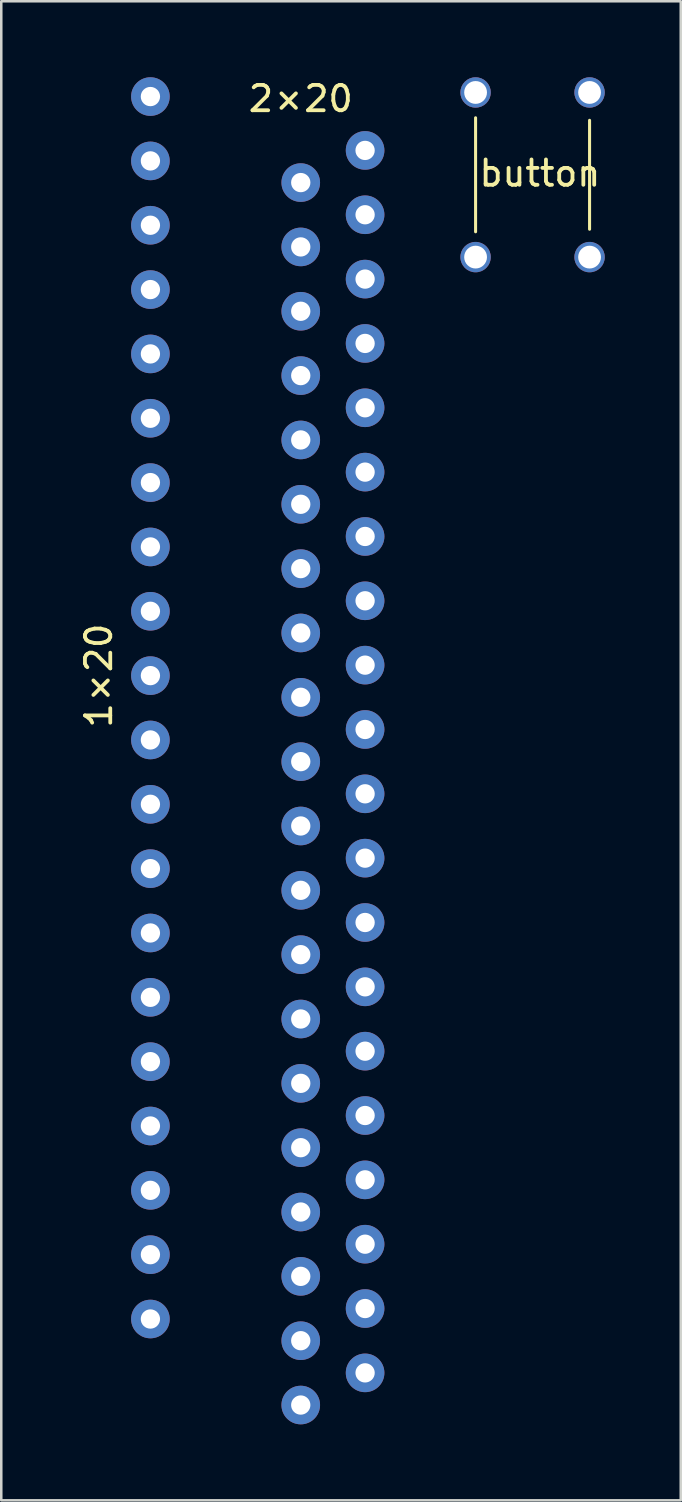
<source format=kicad_pcb>
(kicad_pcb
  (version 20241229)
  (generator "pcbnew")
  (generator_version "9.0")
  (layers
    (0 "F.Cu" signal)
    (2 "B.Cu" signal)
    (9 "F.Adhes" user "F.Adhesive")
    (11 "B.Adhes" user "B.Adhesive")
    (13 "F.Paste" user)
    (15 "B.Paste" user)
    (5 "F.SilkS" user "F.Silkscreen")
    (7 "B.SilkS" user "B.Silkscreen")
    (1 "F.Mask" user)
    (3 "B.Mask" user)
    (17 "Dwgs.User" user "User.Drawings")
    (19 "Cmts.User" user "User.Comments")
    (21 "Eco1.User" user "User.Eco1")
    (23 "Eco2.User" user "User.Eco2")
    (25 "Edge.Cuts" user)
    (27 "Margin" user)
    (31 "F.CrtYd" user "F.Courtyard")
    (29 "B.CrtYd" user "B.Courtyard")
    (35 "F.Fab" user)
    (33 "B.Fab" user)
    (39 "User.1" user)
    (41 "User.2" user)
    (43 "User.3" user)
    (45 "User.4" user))
  (footprint "button"
    (layer "F.Cu")
    (at 18.265 3.29)
    (property "Reference" "button" (at 0 0.5 0) (layer "F.SilkS") (effects (font (size 1 1) (thickness 0.15))))
    (attr through_hole)
    (fp_line (start -2.54 -1.69) (end -2.54 2.81) (stroke (width 0.12) (type solid)) (layer "F.SilkS"))
    (fp_line (start 1.96 -1.59) (end 1.96 2.71) (stroke (width 0.12) (type solid)) (layer "F.SilkS"))
    (pad "1" thru_hole circle (at -2.54 -2.69) (size 1.2 1.2) (drill 0.9) (layers "*.Cu" "*.Mask"))
    (pad "1" thru_hole circle (at -2.54 3.81) (size 1.2 1.2) (drill 0.9) (layers "*.Cu" "*.Mask"))
    (pad "2" thru_hole circle (at 1.96 -2.69) (size 1.2 1.2) (drill 0.9) (layers "*.Cu" "*.Mask"))
    (pad "2" thru_hole circle (at 1.96 3.81) (size 1.2 1.2) (drill 0.9) (layers "*.Cu" "*.Mask")))
  (footprint "1×20"
    (layer "F.Cu")
    (at 0.348 3.302)
    (property "Reference" "1×20" (at 0.5 20.32 90) (layer "F.SilkS") (effects (font (size 1 1) (thickness 0.15))))
    (attr through_hole)
    (pad "1" thru_hole circle (at 2.54 -2.54) (size 1.524 1.524) (drill 0.762) (layers "*.Cu" "*.Mask"))
    (pad "2" thru_hole circle (at 2.54 0) (size 1.524 1.524) (drill 0.762) (layers "*.Cu" "*.Mask"))
    (pad "3" thru_hole circle (at 2.54 2.54) (size 1.524 1.524) (drill 0.762) (layers "*.Cu" "*.Mask"))
    (pad "4" thru_hole circle (at 2.54 5.08) (size 1.524 1.524) (drill 0.762) (layers "*.Cu" "*.Mask"))
    (pad "5" thru_hole circle (at 2.54 7.62) (size 1.524 1.524) (drill 0.762) (layers "*.Cu" "*.Mask"))
    (pad "6" thru_hole circle (at 2.54 10.16) (size 1.524 1.524) (drill 0.762) (layers "*.Cu" "*.Mask"))
    (pad "7" thru_hole circle (at 2.54 12.7) (size 1.524 1.524) (drill 0.762) (layers "*.Cu" "*.Mask"))
    (pad "8" thru_hole circle (at 2.54 15.24) (size 1.524 1.524) (drill 0.762) (layers "*.Cu" "*.Mask"))
    (pad "9" thru_hole circle (at 2.54 17.78) (size 1.524 1.524) (drill 0.762) (layers "*.Cu" "*.Mask"))
    (pad "10" thru_hole circle (at 2.54 20.32) (size 1.524 1.524) (drill 0.762) (layers "*.Cu" "*.Mask"))
    (pad "11" thru_hole circle (at 2.54 22.86) (size 1.524 1.524) (drill 0.762) (layers "*.Cu" "*.Mask"))
    (pad "12" thru_hole circle (at 2.54 25.4) (size 1.524 1.524) (drill 0.762) (layers "*.Cu" "*.Mask"))
    (pad "13" thru_hole circle (at 2.54 27.94) (size 1.524 1.524) (drill 0.762) (layers "*.Cu" "*.Mask"))
    (pad "14" thru_hole circle (at 2.54 30.48) (size 1.524 1.524) (drill 0.762) (layers "*.Cu" "*.Mask"))
    (pad "15" thru_hole circle (at 2.54 33.02) (size 1.524 1.524) (drill 0.762) (layers "*.Cu" "*.Mask"))
    (pad "16" thru_hole circle (at 2.54 35.56) (size 1.524 1.524) (drill 0.762) (layers "*.Cu" "*.Mask"))
    (pad "17" thru_hole circle (at 2.54 38.1) (size 1.524 1.524) (drill 0.762) (layers "*.Cu" "*.Mask"))
    (pad "18" thru_hole circle (at 2.54 40.64) (size 1.524 1.524) (drill 0.762) (layers "*.Cu" "*.Mask"))
    (pad "19" thru_hole circle (at 2.54 43.18) (size 1.524 1.524) (drill 0.762) (layers "*.Cu" "*.Mask"))
    (pad "20" thru_hole circle (at 2.54 45.72) (size 1.524 1.524) (drill 0.762) (layers "*.Cu" "*.Mask")))
  (footprint "2×20"
    (layer "F.Cu")
    (at 8.823 0.348)
    (property "Reference" "2×20" (at 0 0.5 0) (layer "F.SilkS") (effects (font (size 1 1) (thickness 0.15))))
    (attr through_hole)
    (pad "1" thru_hole circle (at 2.54 2.54) (size 1.524 1.524) (drill 0.762) (layers "*.Cu" "*.Mask"))
    (pad "2" thru_hole circle (at 0 3.81) (size 1.524 1.524) (drill 0.762) (layers "*.Cu" "*.Mask"))
    (pad "3" thru_hole circle (at 2.54 5.08) (size 1.524 1.524) (drill 0.762) (layers "*.Cu" "*.Mask"))
    (pad "4" thru_hole circle (at 0 6.35) (size 1.524 1.524) (drill 0.762) (layers "*.Cu" "*.Mask"))
    (pad "5" thru_hole circle (at 2.54 7.62) (size 1.524 1.524) (drill 0.762) (layers "*.Cu" "*.Mask"))
    (pad "6" thru_hole circle (at 0 8.89) (size 1.524 1.524) (drill 0.762) (layers "*.Cu" "*.Mask"))
    (pad "7" thru_hole circle (at 2.54 10.16) (size 1.524 1.524) (drill 0.762) (layers "*.Cu" "*.Mask"))
    (pad "8" thru_hole circle (at 0 11.43) (size 1.524 1.524) (drill 0.762) (layers "*.Cu" "*.Mask"))
    (pad "9" thru_hole circle (at 2.54 12.7) (size 1.524 1.524) (drill 0.762) (layers "*.Cu" "*.Mask"))
    (pad "10" thru_hole circle (at 0 13.97) (size 1.524 1.524) (drill 0.762) (layers "*.Cu" "*.Mask"))
    (pad "11" thru_hole circle (at 2.54 15.24) (size 1.524 1.524) (drill 0.762) (layers "*.Cu" "*.Mask"))
    (pad "12" thru_hole circle (at 0 16.51) (size 1.524 1.524) (drill 0.762) (layers "*.Cu" "*.Mask"))
    (pad "13" thru_hole circle (at 2.54 17.78) (size 1.524 1.524) (drill 0.762) (layers "*.Cu" "*.Mask"))
    (pad "14" thru_hole circle (at 0 19.05) (size 1.524 1.524) (drill 0.762) (layers "*.Cu" "*.Mask"))
    (pad "15" thru_hole circle (at 2.54 20.32) (size 1.524 1.524) (drill 0.762) (layers "*.Cu" "*.Mask"))
    (pad "16" thru_hole circle (at 0 21.59) (size 1.524 1.524) (drill 0.762) (layers "*.Cu" "*.Mask"))
    (pad "17" thru_hole circle (at 2.54 22.86) (size 1.524 1.524) (drill 0.762) (layers "*.Cu" "*.Mask"))
    (pad "18" thru_hole circle (at 0 24.13) (size 1.524 1.524) (drill 0.762) (layers "*.Cu" "*.Mask"))
    (pad "19" thru_hole circle (at 2.54 25.4) (size 1.524 1.524) (drill 0.762) (layers "*.Cu" "*.Mask"))
    (pad "20" thru_hole circle (at 0 26.67) (size 1.524 1.524) (drill 0.762) (layers "*.Cu" "*.Mask"))
    (pad "21" thru_hole circle (at 2.54 27.94) (size 1.524 1.524) (drill 0.762) (layers "*.Cu" "*.Mask"))
    (pad "22" thru_hole circle (at 0 29.21) (size 1.524 1.524) (drill 0.762) (layers "*.Cu" "*.Mask"))
    (pad "23" thru_hole circle (at 2.54 30.48) (size 1.524 1.524) (drill 0.762) (layers "*.Cu" "*.Mask"))
    (pad "24" thru_hole circle (at 0 31.75) (size 1.524 1.524) (drill 0.762) (layers "*.Cu" "*.Mask"))
    (pad "25" thru_hole circle (at 2.54 33.02) (size 1.524 1.524) (drill 0.762) (layers "*.Cu" "*.Mask"))
    (pad "26" thru_hole circle (at 0 34.29) (size 1.524 1.524) (drill 0.762) (layers "*.Cu" "*.Mask"))
    (pad "27" thru_hole circle (at 2.54 35.56) (size 1.524 1.524) (drill 0.762) (layers "*.Cu" "*.Mask"))
    (pad "28" thru_hole circle (at 0 36.83) (size 1.524 1.524) (drill 0.762) (layers "*.Cu" "*.Mask"))
    (pad "29" thru_hole circle (at 2.54 38.1) (size 1.524 1.524) (drill 0.762) (layers "*.Cu" "*.Mask"))
    (pad "30" thru_hole circle (at 0 39.37) (size 1.524 1.524) (drill 0.762) (layers "*.Cu" "*.Mask"))
    (pad "31" thru_hole circle (at 2.54 40.64) (size 1.524 1.524) (drill 0.762) (layers "*.Cu" "*.Mask"))
    (pad "32" thru_hole circle (at 0 41.91) (size 1.524 1.524) (drill 0.762) (layers "*.Cu" "*.Mask"))
    (pad "33" thru_hole circle (at 2.54 43.18) (size 1.524 1.524) (drill 0.762) (layers "*.Cu" "*.Mask"))
    (pad "34" thru_hole circle (at 0 44.45) (size 1.524 1.524) (drill 0.762) (layers "*.Cu" "*.Mask"))
    (pad "35" thru_hole circle (at 2.54 45.72) (size 1.524 1.524) (drill 0.762) (layers "*.Cu" "*.Mask"))
    (pad "36" thru_hole circle (at 0 46.99) (size 1.524 1.524) (drill 0.762) (layers "*.Cu" "*.Mask"))
    (pad "37" thru_hole circle (at 2.54 48.26) (size 1.524 1.524) (drill 0.762) (layers "*.Cu" "*.Mask"))
    (pad "38" thru_hole circle (at 0 49.53) (size 1.524 1.524) (drill 0.762) (layers "*.Cu" "*.Mask"))
    (pad "39" thru_hole circle (at 2.54 50.8) (size 1.524 1.524) (drill 0.762) (layers "*.Cu" "*.Mask"))
    (pad "40" thru_hole circle (at 0 52.07) (size 1.524 1.524) (drill 0.762) (layers "*.Cu" "*.Mask")))
  (gr_rect
    (start -3 -3)
    (end 23.825 56.18)
    (stroke (width 0.1) (type default))
    (fill no)
    (layer "Edge.Cuts")))
</source>
